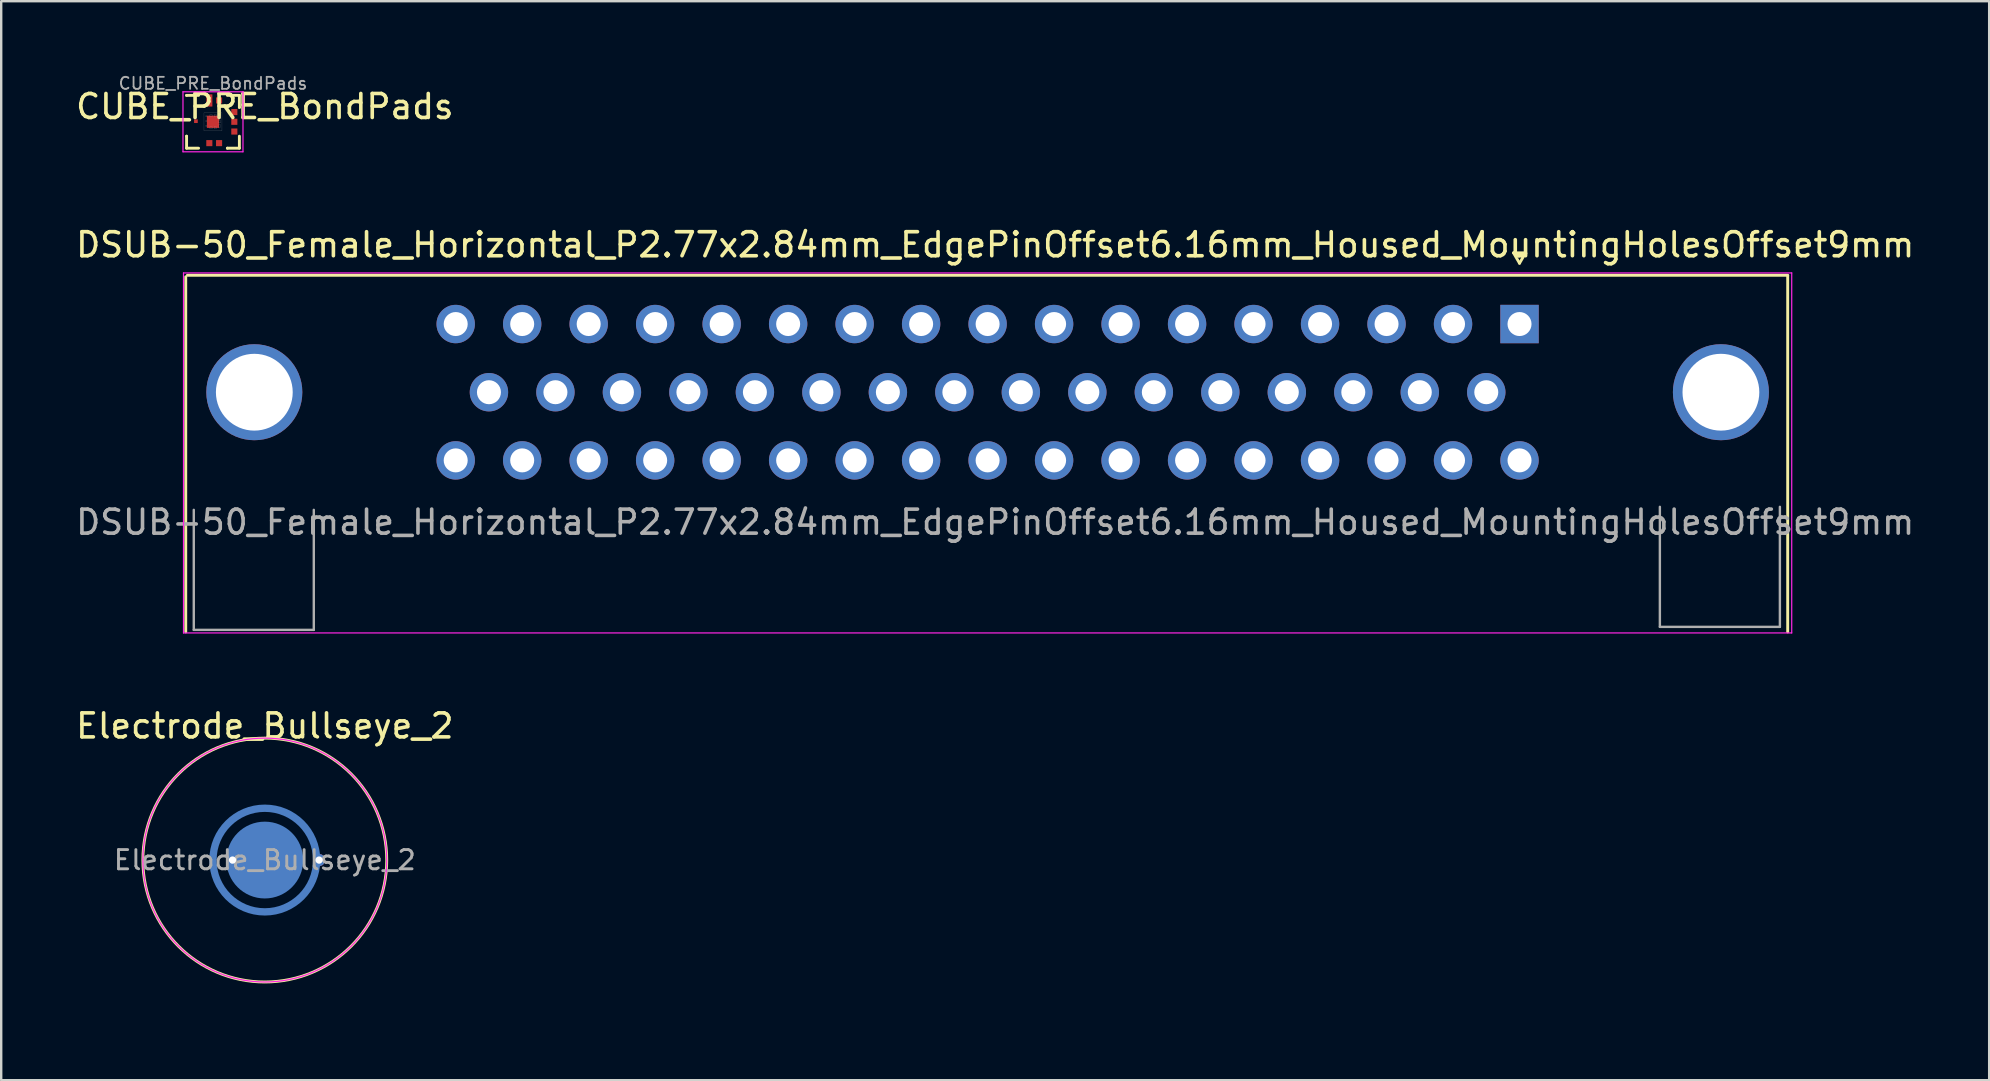
<source format=kicad_pcb>
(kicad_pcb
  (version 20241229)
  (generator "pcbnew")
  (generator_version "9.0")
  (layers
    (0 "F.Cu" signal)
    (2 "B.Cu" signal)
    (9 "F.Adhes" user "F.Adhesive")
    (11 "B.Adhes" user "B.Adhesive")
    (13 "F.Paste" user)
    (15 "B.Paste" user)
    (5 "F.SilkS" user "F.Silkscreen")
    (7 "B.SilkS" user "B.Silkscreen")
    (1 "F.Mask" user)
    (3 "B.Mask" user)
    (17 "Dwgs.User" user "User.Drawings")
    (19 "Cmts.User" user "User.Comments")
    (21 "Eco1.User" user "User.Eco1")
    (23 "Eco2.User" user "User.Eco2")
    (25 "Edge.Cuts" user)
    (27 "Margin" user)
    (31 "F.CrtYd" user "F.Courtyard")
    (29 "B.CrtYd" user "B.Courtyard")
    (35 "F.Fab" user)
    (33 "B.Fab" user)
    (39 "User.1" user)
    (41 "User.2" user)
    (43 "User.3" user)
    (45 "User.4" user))
  (footprint "CUBE_PRE_BondPads"
    (layer "F.Cu")
    (at 5.823 2.024)
    (property "Reference" "CUBE_PRE_BondPads" (at 2.159 -0.635 0) (layer "F.SilkS") (effects (font (size 1 1) (thickness 0.15))))
    (attr smd)
    (fp_rect (start -1.016 -1.016) (end 1.016 1.016) (stroke (width 0.102) (type solid)) (fill yes) (layer "F.Mask"))
    (fp_line (start -1.1 -1.1) (end -1.1 -1.1) (stroke (width 0.12) (type solid)) (layer "F.SilkS"))
    (fp_line (start -1.1 0.6) (end -1.1 0.6) (stroke (width 0.12) (type solid)) (layer "F.SilkS"))
    (fp_line (start -1.1 1.1) (end -1.1 0.6) (stroke (width 0.12) (type solid)) (layer "F.SilkS"))
    (fp_line (start -0.6 -1.1) (end -1.1 -1.1) (stroke (width 0.12) (type solid)) (layer "F.SilkS"))
    (fp_line (start -0.6 1.1) (end -1.1 1.1) (stroke (width 0.12) (type solid)) (layer "F.SilkS"))
    (fp_line (start 0.6 -1.1) (end 1.1 -1.1) (stroke (width 0.12) (type solid)) (layer "F.SilkS"))
    (fp_line (start 0.6 1.1) (end 0.6 1.1) (stroke (width 0.12) (type solid)) (layer "F.SilkS"))
    (fp_line (start 1.1 -1.1) (end 1.1 -0.6) (stroke (width 0.12) (type solid)) (layer "F.SilkS"))
    (fp_line (start 1.1 -0.6) (end 1.1 -0.6) (stroke (width 0.12) (type solid)) (layer "F.SilkS"))
    (fp_line (start 1.1 0.6) (end 1.1 1.1) (stroke (width 0.12) (type solid)) (layer "F.SilkS"))
    (fp_line (start 1.1 1.1) (end 0.6 1.1) (stroke (width 0.12) (type solid)) (layer "F.SilkS"))
    (fp_line (start -1.25 -1.25) (end 1.25 -1.25) (stroke (width 0.05) (type solid)) (layer "F.CrtYd"))
    (fp_line (start -1.25 1.25) (end -1.25 -1.25) (stroke (width 0.05) (type solid)) (layer "F.CrtYd"))
    (fp_line (start 1.25 -1.25) (end 1.25 1.25) (stroke (width 0.05) (type solid)) (layer "F.CrtYd"))
    (fp_line (start 1.25 1.25) (end -1.25 1.25) (stroke (width 0.05) (type solid)) (layer "F.CrtYd"))
    (fp_rect (start -0.375 -0.375) (end 0.375 0.375) (stroke (width 0.005) (type default)) (fill no) (layer "F.Fab"))
    (fp_rect (start -0.305 -0.25) (end -0.255 -0.21) (stroke (width 0.005) (type solid)) (fill no) (layer "F.Fab"))
    (fp_rect (start -0.305 -0.05) (end -0.255 -0.01) (stroke (width 0.005) (type solid)) (fill no) (layer "F.Fab"))
    (fp_rect (start -0.305 0.15) (end -0.255 0.19) (stroke (width 0.005) (type solid)) (fill no) (layer "F.Fab"))
    (fp_rect (start -0.128 -0.3) (end -0.033 -0.205) (stroke (width 0.005) (type solid)) (fill no) (layer "F.Fab"))
    (fp_rect (start -0.128 0.2) (end -0.033 0.295) (stroke (width 0.005) (type solid)) (fill no) (layer "F.Fab"))
    (fp_rect (start 0.048 -0.3) (end 0.143 -0.205) (stroke (width 0.005) (type solid)) (fill no) (layer "F.Fab"))
    (fp_rect (start 0.048 0.2) (end 0.143 0.295) (stroke (width 0.005) (type solid)) (fill no) (layer "F.Fab"))
    (fp_rect (start 0.223 -0.225) (end 0.318 -0.13) (stroke (width 0.005) (type solid)) (fill no) (layer "F.Fab"))
    (fp_rect (start 0.223 -0.05) (end 0.318 0.045) (stroke (width 0.005) (type solid)) (fill no) (layer "F.Fab"))
    (fp_rect (start 0.223 0.125) (end 0.318 0.22) (stroke (width 0.005) (type solid)) (fill no) (layer "F.Fab"))
    (fp_text user "${REFERENCE}" (at 0 -1.6 0) (layer "F.Fab") (effects (font (size 0.5 0.5) (thickness 0.075))))
    (pad "0" smd rect (at 0 0) (size 0.508 0.508) (layers "F.Cu" "F.Mask"))
    (pad "1" smd rect (at 0.254 0.889) (size 0.254 0.254) (layers "F.Cu" "F.Mask"))
    (pad "2" smd rect (at -0.152 0.889) (size 0.254 0.254) (layers "F.Cu" "F.Mask"))
    (pad "3" smd rect (at 0.889 0.406) (size 0.254 0.254) (layers "F.Cu" "F.Mask"))
    (pad "4" smd rect (at -0.152 -0.889) (size 0.254 0.508) (layers "F.Cu" "F.Mask"))
    (pad "5" smd rect (at 0.889 0 180) (size 0.254 0.254) (layers "F.Cu" "F.Mask"))
    (pad "6" smd rect (at 0.889 -0.406 180) (size 0.254 0.254) (layers "F.Cu" "F.Mask"))
    (pad "7" smd rect (at 0.254 -0.889) (size 0.254 0.254) (layers "F.Cu" "F.Mask"))
    (pad "8" smd rect (at -0.711 -0.025) (size 0.152 0.152) (layers "F.Cu" "F.Mask")))
  (footprint "Electrode_Bullseye_2"
    (layer "F.Cu")
    (at 7.982 32.781)
    (property "Reference" "Electrode_Bullseye_2" (at 0 -5.588 0) (layer "F.SilkS") (effects (font (size 1 1) (thickness 0.15))))
    (attr through_hole)
    (fp_circle (center 0 0) (end 5.588 0) (stroke (width 0.152) (type solid)) (fill yes) (layer "F.Mask"))
    (fp_circle (center 0 0) (end 1.524 0) (stroke (width 0.152) (type solid)) (fill yes) (layer "B.Cu"))
    (fp_circle (center 0 0) (end 2.159 0) (stroke (width 0.305) (type solid)) (fill no) (layer "B.Cu"))
    (fp_circle (center 0 0) (end 6.096 0) (stroke (width 0.152) (type solid)) (fill yes) (layer "B.Mask"))
    (fp_circle (center 0 0) (end 5.08 0) (stroke (width 0.12) (type solid)) (fill no) (layer "F.SilkS"))
    (fp_circle (center 0 0) (end 5.08 0) (stroke (width 0.05) (type solid)) (fill no) (layer "F.CrtYd"))
    (fp_text user "${REFERENCE}" (at 0 0 0) (layer "F.Fab") (effects (font (size 0.8 0.8) (thickness 0.12))))
    (pad "1" thru_hole circle (at -1.346 0) (size 0.508 0.508) (drill 0.305) (layers "*.Cu" "*.Mask"))
    (pad "2" thru_hole circle (at 2.261 0) (size 0.508 0.508) (drill 0.305) (layers "*.Cu" "*.Mask"))
    (zone (net_name "") (layers "F.Cu" "B.Cu") (name "NoRoute") (hatch edge 0.508) (connect_pads) (min_thickness 0.254) (filled_areas_thickness no) (keepout (tracks allowed) (vias not_allowed) (pads not_allowed) (copperpour not_allowed) (footprints not_allowed)) (placement (enabled no)) (fill (island_removal_mode 2) (island_area_min 10)) (polygon (pts (xy 13.982 32.781) (xy 13.978 32.99) (xy 13.968 33.199) (xy 13.949 33.408) (xy 13.924 33.616) (xy 13.891 33.823) (xy 13.851 34.028) (xy 13.804 34.232) (xy 13.75 34.435) (xy 13.688 34.635) (xy 13.62 34.833) (xy 13.545 35.028) (xy 13.463 35.221) (xy 13.375 35.411) (xy 13.28 35.598) (xy 13.178 35.781) (xy 13.07 35.96) (xy 12.956 36.136) (xy 12.836 36.308) (xy 12.71 36.475) (xy 12.578 36.638) (xy 12.441 36.796) (xy 12.298 36.949) (xy 12.15 37.097) (xy 11.997 37.24) (xy 11.839 37.377) (xy 11.676 37.509) (xy 11.509 37.635) (xy 11.337 37.755) (xy 11.162 37.869) (xy 10.982 37.977) (xy 10.799 38.079) (xy 10.612 38.174) (xy 10.423 38.262) (xy 10.23 38.344) (xy 10.034 38.419) (xy 9.836 38.487) (xy 9.636 38.548) (xy 9.434 38.603) (xy 9.23 38.65) (xy 9.024 38.69) (xy 8.817 38.722) (xy 8.609 38.748) (xy 8.401 38.766) (xy 8.192 38.777) (xy 7.982 38.781) (xy 7.773 38.777) (xy 7.564 38.766) (xy 7.355 38.748) (xy 7.147 38.722) (xy 6.94 38.69) (xy 6.735 38.65) (xy 6.531 38.603) (xy 6.328 38.548) (xy 6.128 38.487) (xy 5.93 38.419) (xy 5.735 38.344) (xy 5.542 38.262) (xy 5.352 38.174) (xy 5.165 38.079) (xy 4.982 37.977) (xy 4.803 37.869) (xy 4.627 37.755) (xy 4.455 37.635) (xy 4.288 37.509) (xy 4.125 37.377) (xy 3.967 37.24) (xy 3.814 37.097) (xy 3.666 36.949) (xy 3.523 36.796) (xy 3.386 36.638) (xy 3.254 36.475) (xy 3.128 36.308) (xy 3.008 36.136) (xy 2.894 35.96) (xy 2.786 35.781) (xy 2.684 35.598) (xy 2.589 35.411) (xy 2.501 35.221) (xy 2.419 35.028) (xy 2.344 34.833) (xy 2.276 34.635) (xy 2.215 34.435) (xy 2.16 34.232) (xy 2.113 34.028) (xy 2.073 33.823) (xy 2.041 33.616) (xy 2.015 33.408) (xy 1.997 33.199) (xy 1.986 32.99) (xy 1.982 32.781) (xy 1.986 32.571) (xy 1.997 32.362) (xy 2.015 32.154) (xy 2.041 31.946) (xy 2.073 31.739) (xy 2.113 31.533) (xy 2.16 31.329) (xy 2.215 31.127) (xy 2.276 30.927) (xy 2.344 30.729) (xy 2.419 30.533) (xy 2.501 30.34) (xy 2.589 30.151) (xy 2.684 29.964) (xy 2.786 29.781) (xy 2.894 29.601) (xy 3.008 29.426) (xy 3.128 29.254) (xy 3.254 29.087) (xy 3.386 28.924) (xy 3.523 28.766) (xy 3.666 28.613) (xy 3.814 28.465) (xy 3.967 28.322) (xy 4.125 28.185) (xy 4.288 28.053) (xy 4.455 27.927) (xy 4.627 27.807) (xy 4.803 27.693) (xy 4.982 27.585) (xy 5.165 27.483) (xy 5.352 27.388) (xy 5.542 27.3) (xy 5.735 27.218) (xy 5.93 27.143) (xy 6.128 27.074) (xy 6.328 27.013) (xy 6.531 26.959) (xy 6.735 26.912) (xy 6.94 26.872) (xy 7.147 26.839) (xy 7.355 26.814) (xy 7.564 26.795) (xy 7.773 26.784) (xy 7.982 26.781) (xy 8.192 26.784) (xy 8.401 26.795) (xy 8.609 26.814) (xy 8.817 26.839) (xy 9.024 26.872) (xy 9.23 26.912) (xy 9.434 26.959) (xy 9.636 27.013) (xy 9.836 27.074) (xy 10.034 27.143) (xy 10.23 27.218) (xy 10.423 27.3) (xy 10.612 27.388) (xy 10.799 27.483) (xy 10.982 27.585) (xy 11.162 27.693) (xy 11.337 27.807) (xy 11.509 27.927) (xy 11.676 28.053) (xy 11.839 28.185) (xy 11.997 28.322) (xy 12.15 28.465) (xy 12.298 28.613) (xy 12.441 28.766) (xy 12.578 28.924) (xy 12.71 29.087) (xy 12.836 29.254) (xy 12.956 29.426) (xy 13.07 29.601) (xy 13.178 29.781) (xy 13.28 29.964) (xy 13.375 30.151) (xy 13.463 30.34) (xy 13.545 30.533) (xy 13.62 30.729) (xy 13.688 30.927) (xy 13.75 31.127) (xy 13.804 31.329) (xy 13.851 31.533) (xy 13.891 31.739) (xy 13.924 31.946) (xy 13.949 32.154) (xy 13.968 32.362) (xy 13.978 32.571)))))
  (footprint "DSUB-50_Female_Horizontal_P2.77x2.84mm_EdgePinOffset6.16mm_Housed_MountingHolesOffset9mm"
    (layer "F.Cu")
    (at 60.255 10.45)
    (property "Reference" "DSUB-50_Female_Horizontal_P2.77x2.84mm_EdgePinOffset6.16mm_Housed_MountingHolesOffset9mm" (at -21.844 -3.302 0) (layer "F.SilkS") (effects (font (size 1 1) (thickness 0.15))))
    (attr through_hole)
    (fp_line (start -55.567 12.827) (end -55.567 -1.969) (stroke (width 0.12) (type solid)) (layer "F.SilkS"))
    (fp_line (start -55.499 -2.032) (end 11.176 -2.032) (stroke (width 0.12) (type solid)) (layer "F.SilkS"))
    (fp_line (start -0.25 -2.966) (end 0.25 -2.966) (stroke (width 0.12) (type solid)) (layer "F.SilkS"))
    (fp_line (start 0 -2.533) (end -0.25 -2.966) (stroke (width 0.12) (type solid)) (layer "F.SilkS"))
    (fp_line (start 0.25 -2.966) (end 0 -2.533) (stroke (width 0.12) (type solid)) (layer "F.SilkS"))
    (fp_line (start 11.172 -2) (end 11.172 12.827) (stroke (width 0.12) (type solid)) (layer "F.SilkS"))
    (fp_line (start -55.66 -2.13) (end -55.66 12.87) (stroke (width 0.05) (type solid)) (layer "F.CrtYd"))
    (fp_line (start -55.66 12.87) (end 11.34 12.87) (stroke (width 0.05) (type solid)) (layer "F.CrtYd"))
    (fp_line (start 11.34 -2.13) (end -55.66 -2.13) (stroke (width 0.05) (type solid)) (layer "F.CrtYd"))
    (fp_line (start 11.34 12.87) (end 11.34 -2.13) (stroke (width 0.05) (type solid)) (layer "F.CrtYd"))
    (fp_line (start -55.232 7.741) (end -55.232 12.741) (stroke (width 0.1) (type solid)) (layer "F.Fab"))
    (fp_line (start -55.232 12.741) (end -50.232 12.741) (stroke (width 0.1) (type solid)) (layer "F.Fab"))
    (fp_line (start -50.232 12.741) (end -50.232 7.741) (stroke (width 0.1) (type solid)) (layer "F.Fab"))
    (fp_line (start 5.847 7.615) (end 5.847 12.615) (stroke (width 0.1) (type solid)) (layer "F.Fab"))
    (fp_line (start 5.847 12.615) (end 10.847 12.615) (stroke (width 0.1) (type solid)) (layer "F.Fab"))
    (fp_line (start 10.847 12.615) (end 10.847 7.615) (stroke (width 0.1) (type solid)) (layer "F.Fab"))
    (fp_text user "${REFERENCE}" (at -21.844 8.255 0) (layer "F.Fab") (effects (font (size 1 1) (thickness 0.15))))
    (pad "0" thru_hole circle (at -52.71 2.84) (size 4 4) (drill 3.2) (layers "*.Cu" "*.Mask"))
    (pad "0" thru_hole circle (at 8.39 2.84) (size 4 4) (drill 3.2) (layers "*.Cu" "*.Mask"))
    (pad "1" thru_hole rect (at 0 0) (size 1.6 1.6) (drill 1) (layers "*.Cu" "*.Mask"))
    (pad "2" thru_hole circle (at -2.77 0) (size 1.6 1.6) (drill 1) (layers "*.Cu" "*.Mask"))
    (pad "3" thru_hole circle (at -5.54 0) (size 1.6 1.6) (drill 1) (layers "*.Cu" "*.Mask"))
    (pad "4" thru_hole circle (at -8.31 0) (size 1.6 1.6) (drill 1) (layers "*.Cu" "*.Mask"))
    (pad "5" thru_hole circle (at -11.08 0) (size 1.6 1.6) (drill 1) (layers "*.Cu" "*.Mask"))
    (pad "6" thru_hole circle (at -13.85 0) (size 1.6 1.6) (drill 1) (layers "*.Cu" "*.Mask"))
    (pad "7" thru_hole circle (at -16.62 0) (size 1.6 1.6) (drill 1) (layers "*.Cu" "*.Mask"))
    (pad "8" thru_hole circle (at -19.39 0) (size 1.6 1.6) (drill 1) (layers "*.Cu" "*.Mask"))
    (pad "9" thru_hole circle (at -22.16 0) (size 1.6 1.6) (drill 1) (layers "*.Cu" "*.Mask"))
    (pad "10" thru_hole circle (at -24.93 0) (size 1.6 1.6) (drill 1) (layers "*.Cu" "*.Mask"))
    (pad "11" thru_hole circle (at -27.7 0) (size 1.6 1.6) (drill 1) (layers "*.Cu" "*.Mask"))
    (pad "12" thru_hole circle (at -30.47 0) (size 1.6 1.6) (drill 1) (layers "*.Cu" "*.Mask"))
    (pad "13" thru_hole circle (at -33.24 0) (size 1.6 1.6) (drill 1) (layers "*.Cu" "*.Mask"))
    (pad "14" thru_hole circle (at -36.01 0) (size 1.6 1.6) (drill 1) (layers "*.Cu" "*.Mask"))
    (pad "15" thru_hole circle (at -38.78 0) (size 1.6 1.6) (drill 1) (layers "*.Cu" "*.Mask"))
    (pad "16" thru_hole circle (at -41.55 0) (size 1.6 1.6) (drill 1) (layers "*.Cu" "*.Mask"))
    (pad "17" thru_hole circle (at -44.32 0) (size 1.6 1.6) (drill 1) (layers "*.Cu" "*.Mask"))
    (pad "18" thru_hole circle (at -1.385 2.84) (size 1.6 1.6) (drill 1) (layers "*.Cu" "*.Mask"))
    (pad "19" thru_hole circle (at -4.155 2.84) (size 1.6 1.6) (drill 1) (layers "*.Cu" "*.Mask"))
    (pad "20" thru_hole circle (at -6.925 2.84) (size 1.6 1.6) (drill 1) (layers "*.Cu" "*.Mask"))
    (pad "21" thru_hole circle (at -9.695 2.84) (size 1.6 1.6) (drill 1) (layers "*.Cu" "*.Mask"))
    (pad "22" thru_hole circle (at -12.465 2.84) (size 1.6 1.6) (drill 1) (layers "*.Cu" "*.Mask"))
    (pad "23" thru_hole circle (at -15.235 2.84) (size 1.6 1.6) (drill 1) (layers "*.Cu" "*.Mask"))
    (pad "24" thru_hole circle (at -18.005 2.84) (size 1.6 1.6) (drill 1) (layers "*.Cu" "*.Mask"))
    (pad "25" thru_hole circle (at -20.775 2.84) (size 1.6 1.6) (drill 1) (layers "*.Cu" "*.Mask"))
    (pad "26" thru_hole circle (at -23.545 2.84) (size 1.6 1.6) (drill 1) (layers "*.Cu" "*.Mask"))
    (pad "27" thru_hole circle (at -26.315 2.84) (size 1.6 1.6) (drill 1) (layers "*.Cu" "*.Mask"))
    (pad "28" thru_hole circle (at -29.085 2.84) (size 1.6 1.6) (drill 1) (layers "*.Cu" "*.Mask"))
    (pad "29" thru_hole circle (at -31.855 2.84) (size 1.6 1.6) (drill 1) (layers "*.Cu" "*.Mask"))
    (pad "30" thru_hole circle (at -34.625 2.84) (size 1.6 1.6) (drill 1) (layers "*.Cu" "*.Mask"))
    (pad "31" thru_hole circle (at -37.395 2.84) (size 1.6 1.6) (drill 1) (layers "*.Cu" "*.Mask"))
    (pad "32" thru_hole circle (at -40.165 2.84) (size 1.6 1.6) (drill 1) (layers "*.Cu" "*.Mask"))
    (pad "33" thru_hole circle (at -42.935 2.84) (size 1.6 1.6) (drill 1) (layers "*.Cu" "*.Mask"))
    (pad "34" thru_hole circle (at 0 5.68) (size 1.6 1.6) (drill 1) (layers "*.Cu" "*.Mask"))
    (pad "35" thru_hole circle (at -2.77 5.68) (size 1.6 1.6) (drill 1) (layers "*.Cu" "*.Mask"))
    (pad "36" thru_hole circle (at -5.54 5.68) (size 1.6 1.6) (drill 1) (layers "*.Cu" "*.Mask"))
    (pad "37" thru_hole circle (at -8.31 5.68) (size 1.6 1.6) (drill 1) (layers "*.Cu" "*.Mask"))
    (pad "38" thru_hole circle (at -11.08 5.68) (size 1.6 1.6) (drill 1) (layers "*.Cu" "*.Mask"))
    (pad "39" thru_hole circle (at -13.85 5.68) (size 1.6 1.6) (drill 1) (layers "*.Cu" "*.Mask"))
    (pad "40" thru_hole circle (at -16.62 5.68) (size 1.6 1.6) (drill 1) (layers "*.Cu" "*.Mask"))
    (pad "41" thru_hole circle (at -19.39 5.68) (size 1.6 1.6) (drill 1) (layers "*.Cu" "*.Mask"))
    (pad "42" thru_hole circle (at -22.16 5.68) (size 1.6 1.6) (drill 1) (layers "*.Cu" "*.Mask"))
    (pad "43" thru_hole circle (at -24.93 5.68) (size 1.6 1.6) (drill 1) (layers "*.Cu" "*.Mask"))
    (pad "44" thru_hole circle (at -27.7 5.68) (size 1.6 1.6) (drill 1) (layers "*.Cu" "*.Mask"))
    (pad "45" thru_hole circle (at -30.47 5.68) (size 1.6 1.6) (drill 1) (layers "*.Cu" "*.Mask"))
    (pad "46" thru_hole circle (at -33.24 5.68) (size 1.6 1.6) (drill 1) (layers "*.Cu" "*.Mask"))
    (pad "47" thru_hole circle (at -36.01 5.68) (size 1.6 1.6) (drill 1) (layers "*.Cu" "*.Mask"))
    (pad "48" thru_hole circle (at -38.78 5.68) (size 1.6 1.6) (drill 1) (layers "*.Cu" "*.Mask"))
    (pad "49" thru_hole circle (at -41.55 5.68) (size 1.6 1.6) (drill 1) (layers "*.Cu" "*.Mask"))
    (pad "50" thru_hole circle (at -44.32 5.68) (size 1.6 1.6) (drill 1) (layers "*.Cu" "*.Mask")))
  (gr_rect
    (start -3 -3)
    (end 79.821 41.953)
    (stroke (width 0.1) (type default))
    (fill no)
    (layer "Edge.Cuts")))
</source>
